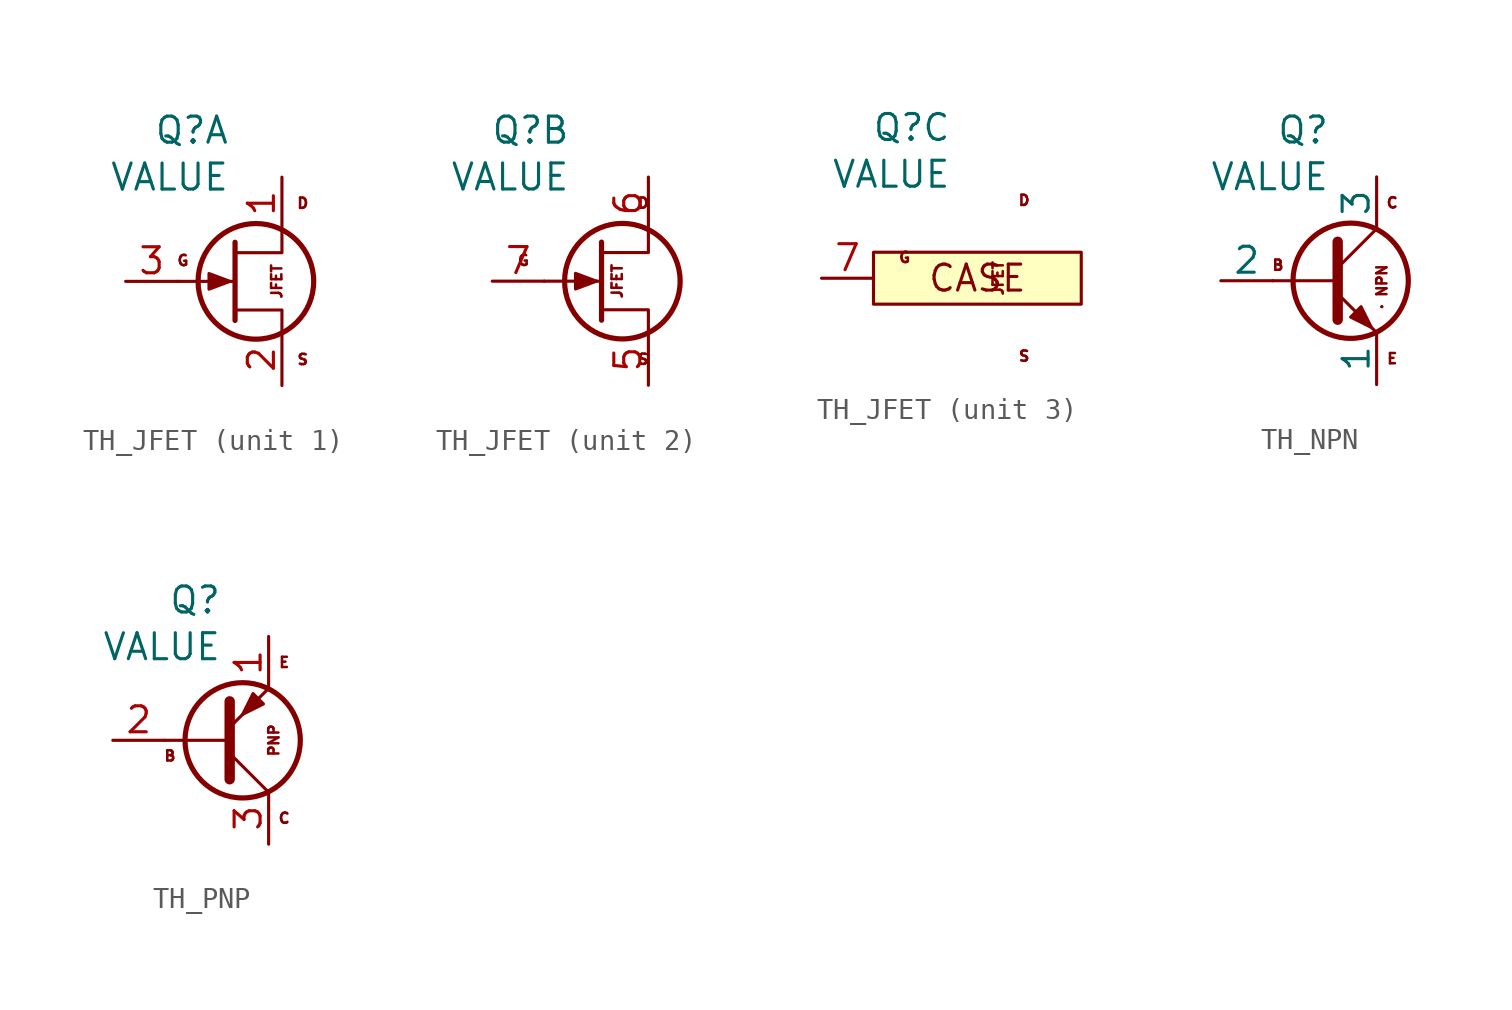
<source format=kicad_sym>
(kicad_symbol_lib
  (version 20231120)
  (generator "kicad_symbol_editor")
  (generator_version "8.0")
  (symbol "TH_JFET"
    (pin_names hide)
    (property "Reference" "Q"
      (at -1.27 7.366 0)
      (do_not_autoplace)
      (effects (font (size 1.27 1.27)) (justify right)))
    (property "Value" "VALUE"
      (at -1.27 5.08 0)
      (do_not_autoplace)
      (effects (font (size 1.27 1.27)) (justify right)))
    (symbol "TH_JFET_0_1"
      (text "D" (at 2.286 3.81 0) (effects (font (size 0.5 0.5))))
      (text "G" (at -3.556 1.016 0) (effects (font (size 0.5 0.5))))
      (text "JFET" (at 1.016 0 900) (effects (font (size 0.5 0.5))))
      (text "S" (at 2.286 -3.81 0) (effects (font (size 0.5 0.5)))))
    (symbol "TH_JFET_1_1"
      (polyline (pts (xy -1.016 -1.905) (xy -1.016 1.905)) (stroke (width 0.254) (type default)) (fill (type none)))
      (polyline (pts (xy -1.016 0) (xy -3.81 0)) (stroke (width 0) (type default)) (fill (type none)))
      (polyline (pts (xy 1.27 -2.54) (xy 1.27 -1.397) (xy -1.016 -1.397)) (stroke (width 0) (type default)) (fill (type none)))
      (polyline (pts (xy 1.27 2.54) (xy 1.27 1.397) (xy -1.016 1.397)) (stroke (width 0) (type default)) (fill (type none)))
      (polyline (pts (xy -1.27 0) (xy -2.286 -0.381) (xy -2.286 0.381) (xy -1.27 0)) (stroke (width 0) (type default)) (fill (type outline)))
      (circle (center 0 0) (radius 2.819) (stroke (width 0.254) (type default)) (fill (type none)))
      (pin passive line (at 1.27 5.08 270) (length 2.54) (name "S1" (effects (font (size 1.27 1.27)))) (number "1" (effects (font (size 1.27 1.27)))))
      (pin passive line (at 1.27 -5.08 90) (length 2.54) (name "D1" (effects (font (size 1.27 1.27)))) (number "2" (effects (font (size 1.27 1.27)))))
      (pin input line (at -6.35 0 0) (length 2.54) (name "G1" (effects (font (size 1.27 1.27)))) (number "3" (effects (font (size 1.27 1.27))))))
    (symbol "TH_JFET_2_1"
      (polyline (pts (xy 0.254 0) (xy -2.54 0)) (stroke (width 0) (type default)) (fill (type none)))
      (polyline (pts (xy 0.254 1.905) (xy 0.254 -1.905)) (stroke (width 0.254) (type default)) (fill (type none)))
      (polyline (pts (xy 2.54 -2.54) (xy 2.54 -1.397) (xy 0.254 -1.397)) (stroke (width 0) (type default)) (fill (type none)))
      (polyline (pts (xy 2.54 2.54) (xy 2.54 1.397) (xy 0.254 1.397)) (stroke (width 0) (type default)) (fill (type none)))
      (polyline (pts (xy 0 0) (xy -1.016 0.381) (xy -1.016 -0.381) (xy 0 0)) (stroke (width 0) (type default)) (fill (type outline)))
      (circle (center 1.27 0) (radius 2.819) (stroke (width 0.254) (type default)) (fill (type none)))
      (pin passive line (at 2.54 -5.08 90) (length 2.54) (name "S2" (effects (font (size 1.27 1.27)))) (number "5" (effects (font (size 1.27 1.27)))))
      (pin passive line (at 2.54 5.08 270) (length 2.54) (name "D2" (effects (font (size 1.27 1.27)))) (number "6" (effects (font (size 1.27 1.27)))))
      (pin input line (at -5.08 0 0) (length 2.54) (name "G2" (effects (font (size 1.27 1.27)))) (number "7" (effects (font (size 1.27 1.27))))))
    (symbol "TH_JFET_3_1"
      (rectangle (start -5.08 1.27) (end 5.08 -1.27) (stroke (width 0) (type default)) (fill (type background)))
      (text "CASE" (at 0 0 0) (effects (font (size 1.27 1.27))))
      (pin passive line (at -7.62 0 0) (length 2.54) (name "CASE" (effects (font (size 1.27 1.27)))) (number "7" (effects (font (size 1.27 1.27)))))
      (pin no_connect line (at 5.08 0 180) (length 2.54) hide (name "NC" (effects (font (size 1.27 1.27)))) (number "8" (effects (font (size 1.27 1.27)))))))
  (symbol "TH_NPN"
    (pin_numbers hide)
    (pin_names
      (offset 0))
    (property "Reference" "Q"
      (at -1.016 7.366 0)
      (do_not_autoplace)
      (effects (font (size 1.27 1.27)) (justify right)))
    (property "Value" "VALUE"
      (at -1.016 5.08 0)
      (do_not_autoplace)
      (effects (font (size 1.27 1.27)) (justify right)))
    (symbol "TH_NPN_0_1"
      (polyline (pts (xy -3.81 0) (xy -0.635 0)) (stroke (width 0.152) (type default)) (fill (type none)))
      (polyline (pts (xy -0.635 0.635) (xy 1.27 2.54)) (stroke (width 0) (type default)) (fill (type none)))
      (polyline (pts (xy 1.524 -1.27) (xy 1.524 -1.27)) (stroke (width 0.152) (type default)) (fill (type none)))
      (polyline (pts (xy 1.524 -1.27) (xy 1.524 -1.27)) (stroke (width 0.152) (type default)) (fill (type none)))
      (polyline (pts (xy -0.635 -0.635) (xy 1.27 -2.54) (xy 1.27 -2.54)) (stroke (width 0) (type default)) (fill (type none)))
      (polyline (pts (xy -0.635 1.905) (xy -0.635 -1.905) (xy -0.635 -1.905)) (stroke (width 0.508) (type default)) (fill (type none)))
      (polyline (pts (xy 0 -1.778) (xy 0.508 -1.27) (xy 1.016 -2.286) (xy 0 -1.778) (xy 0 -1.778)) (stroke (width 0) (type default)) (fill (type outline)))
      (circle (center 0 0) (radius 2.819) (stroke (width 0.254) (type default)) (fill (type none))))
    (symbol "TH_NPN_1_1"
      (text "B" (at -3.556 0.762 0) (effects (font (size 0.5 0.5))))
      (text "C" (at 2.032 3.81 0) (effects (font (size 0.5 0.5))))
      (text "E" (at 2.032 -3.81 0) (effects (font (size 0.5 0.5))))
      (text "NPN" (at 1.524 0 900) (effects (font (size 0.5 0.5))))
      (pin open_emitter line (at 1.27 -5.08 90) (length 2.54) (name "1" (effects (font (size 1.27 1.27)))) (number "1" (effects (font (size 1.27 1.27)))))
      (pin input line (at -6.35 0 0) (length 2.54) (name "2" (effects (font (size 1.27 1.27)))) (number "2" (effects (font (size 1.27 1.27)))))
      (pin open_collector line (at 1.27 5.08 270) (length 2.54) (name "3" (effects (font (size 1.27 1.27)))) (number "3" (effects (font (size 1.27 1.27)))))))
  (symbol "TH_PNP"
    (pin_names
      (offset 0) hide)
    (property "Reference" "Q"
      (at -1.016 6.858 0)
      (do_not_autoplace)
      (effects (font (size 1.27 1.27)) (justify right)))
    (property "Value" "VALUE"
      (at -1.016 4.572 0)
      (do_not_autoplace)
      (effects (font (size 1.27 1.27)) (justify right)))
    (symbol "TH_PNP_0_1"
      (polyline (pts (xy -3.81 0) (xy -0.635 0)) (stroke (width 0.152) (type default)) (fill (type none)))
      (polyline (pts (xy -0.635 -0.635) (xy 1.27 -2.54)) (stroke (width 0) (type default)) (fill (type none)))
      (polyline (pts (xy -0.635 -1.905) (xy -0.635 1.905) (xy -0.635 1.905)) (stroke (width 0.508) (type default)) (fill (type none)))
      (polyline (pts (xy -0.635 0.635) (xy 1.27 2.54) (xy 1.27 2.54)) (stroke (width 0) (type default)) (fill (type none)))
      (polyline (pts (xy 1.016 1.778) (xy 0.508 2.286) (xy 0 1.27) (xy 1.016 1.778) (xy 1.016 1.778)) (stroke (width 0) (type default)) (fill (type outline)))
      (circle (center 0 0) (radius 2.819) (stroke (width 0.254) (type default)) (fill (type none))))
    (symbol "TH_PNP_1_1"
      (text "B" (at -3.556 -0.762 0) (effects (font (size 0.5 0.5))))
      (text "C" (at 2.032 -3.81 0) (effects (font (size 0.5 0.5))))
      (text "E" (at 2.032 3.81 0) (effects (font (size 0.5 0.5))))
      (text "PNP" (at 1.524 0 900) (effects (font (size 0.5 0.5))))
      (pin open_emitter line (at 1.27 5.08 270) (length 2.54) (name "E" (effects (font (size 1.27 1.27)))) (number "1" (effects (font (size 1.27 1.27)))))
      (pin input line (at -6.35 0 0) (length 2.54) (name "B" (effects (font (size 1.27 1.27)))) (number "2" (effects (font (size 1.27 1.27)))))
      (pin open_collector line (at 1.27 -5.08 90) (length 2.54) (name "C" (effects (font (size 1.27 1.27)))) (number "3" (effects (font (size 1.27 1.27))))))))
</source>
